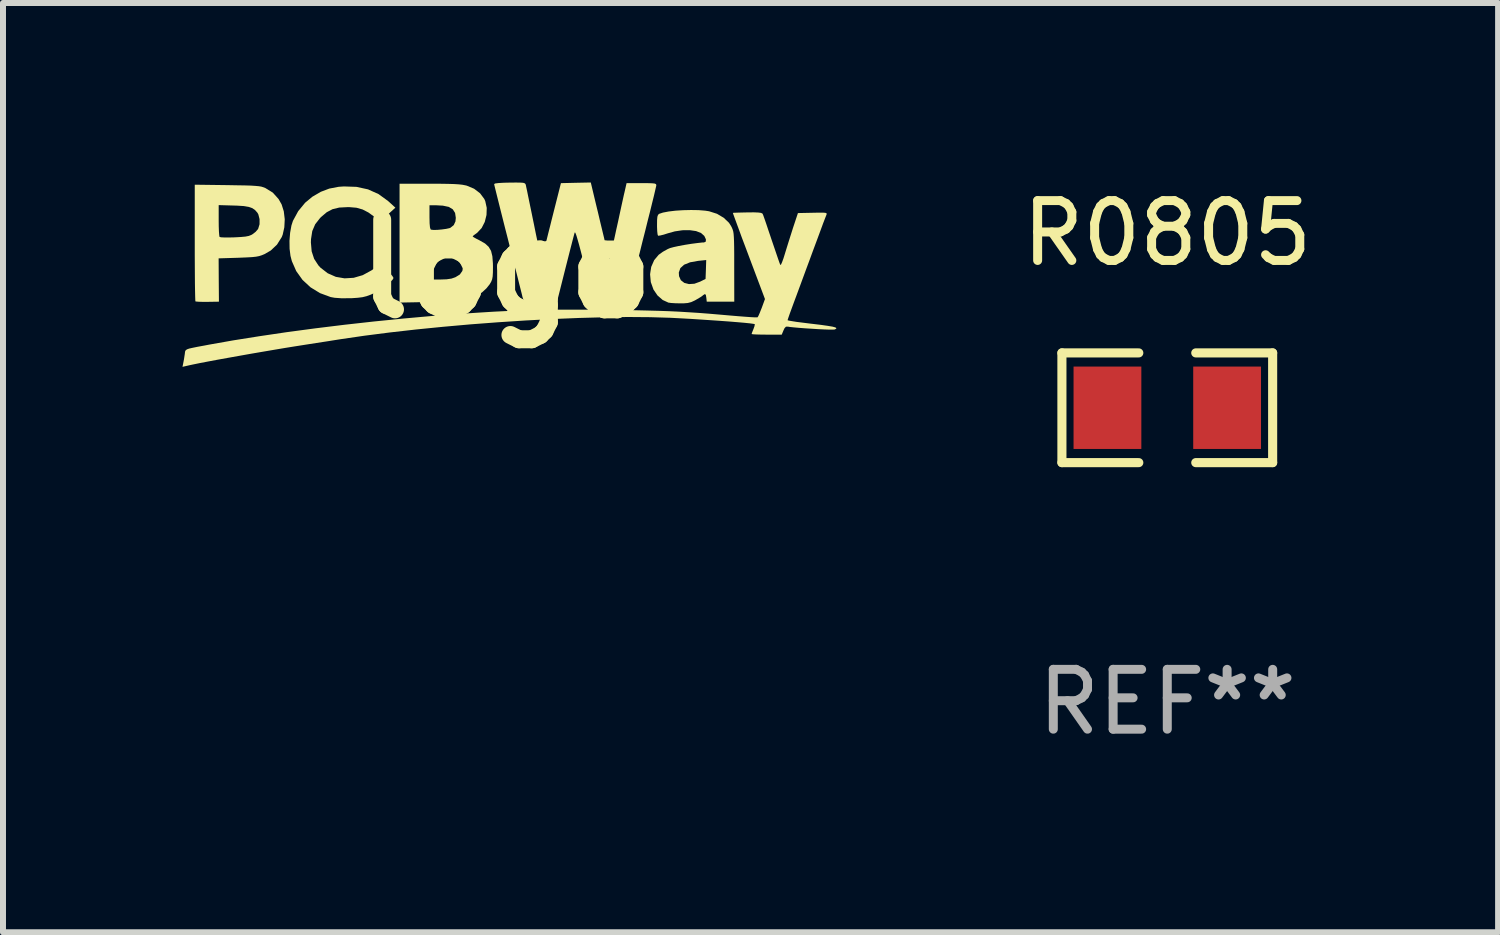
<source format=kicad_pcb>
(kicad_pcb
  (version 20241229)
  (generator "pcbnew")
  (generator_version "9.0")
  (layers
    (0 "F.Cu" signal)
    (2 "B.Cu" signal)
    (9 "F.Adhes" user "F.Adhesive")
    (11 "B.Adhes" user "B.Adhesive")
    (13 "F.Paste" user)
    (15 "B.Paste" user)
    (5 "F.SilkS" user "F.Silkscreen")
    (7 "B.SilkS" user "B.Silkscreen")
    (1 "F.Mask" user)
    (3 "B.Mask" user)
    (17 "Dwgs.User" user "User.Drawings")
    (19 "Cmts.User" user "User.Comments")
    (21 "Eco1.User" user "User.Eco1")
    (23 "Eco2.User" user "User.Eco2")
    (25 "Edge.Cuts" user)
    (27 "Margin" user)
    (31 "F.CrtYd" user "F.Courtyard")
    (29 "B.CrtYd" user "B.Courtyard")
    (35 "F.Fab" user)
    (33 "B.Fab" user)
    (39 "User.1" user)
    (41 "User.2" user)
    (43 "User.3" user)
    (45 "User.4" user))
  (footprint "logo"
    (layer "F.Cu")
    (at 5.409 1.442)
    (property "Reference" "logo" (at 0 0 0) (layer "F.SilkS") (effects (font (size 1.5 1.5) (thickness 0.3))))
    (attr board_only exclude_from_pos_files exclude_from_bom)
    (fp_poly (pts (xy -4.659 -1.398) (xy -4.495 -1.395) (xy -4.366 -1.393) (xy -4.266 -1.39) (xy -4.191 -1.385) (xy -4.135 -1.38) (xy -4.092 -1.373) (xy -4.059 -1.363) (xy -4.029 -1.352) (xy -4.022 -1.348) (xy -3.899 -1.272) (xy -3.803 -1.165) (xy -3.752 -1.075) (xy -3.716 -0.96) (xy -3.7 -0.828) (xy -3.707 -0.693) (xy -3.734 -0.571) (xy -3.75 -0.53) (xy -3.83 -0.403) (xy -3.934 -0.305) (xy -4.038 -0.245) (xy -4.084 -0.226) (xy -4.128 -0.212) (xy -4.179 -0.202) (xy -4.245 -0.195) (xy -4.333 -0.19) (xy -4.452 -0.185) (xy -4.477 -0.184) (xy -4.805 -0.174) (xy -4.803 0.188) (xy -4.8 0.55) (xy -4.991 0.553) (xy -5.075 0.553) (xy -5.142 0.551) (xy -5.184 0.547) (xy -5.193 0.545) (xy -5.195 0.523) (xy -5.197 0.465) (xy -5.199 0.375) (xy -5.201 0.257) (xy -5.202 0.115) (xy -5.203 -0.049) (xy -5.204 -0.228) (xy -5.204 -0.421) (xy -5.204 -0.436) (xy -5.204 -0.806) (xy -4.804 -0.806) (xy -4.803 -0.707) (xy -4.8 -0.624) (xy -4.795 -0.563) (xy -4.79 -0.533) (xy -4.789 -0.532) (xy -4.764 -0.526) (xy -4.708 -0.523) (xy -4.628 -0.523) (xy -4.541 -0.525) (xy -4.433 -0.531) (xy -4.356 -0.538) (xy -4.301 -0.549) (xy -4.26 -0.565) (xy -4.239 -0.577) (xy -4.187 -0.617) (xy -4.148 -0.662) (xy -4.144 -0.669) (xy -4.121 -0.744) (xy -4.121 -0.83) (xy -4.141 -0.908) (xy -4.157 -0.937) (xy -4.196 -0.981) (xy -4.242 -1.013) (xy -4.302 -1.034) (xy -4.384 -1.048) (xy -4.495 -1.055) (xy -4.559 -1.057) (xy -4.804 -1.064) (xy -4.804 -0.806) (xy -5.204 -0.806) (xy -5.204 -1.405)) (stroke (width 0) (type solid)) (fill yes) (layer "F.SilkS"))
    (fp_poly (pts (xy -2.501 -1.369) (xy -2.308 -1.327) (xy -2.132 -1.248) (xy -1.973 -1.132) (xy -1.957 -1.118) (xy -1.851 -1.021) (xy -1.972 -0.911) (xy -2.029 -0.86) (xy -2.074 -0.822) (xy -2.101 -0.802) (xy -2.104 -0.801) (xy -2.125 -0.812) (xy -2.166 -0.841) (xy -2.194 -0.863) (xy -2.302 -0.941) (xy -2.399 -0.991) (xy -2.501 -1.02) (xy -2.619 -1.03) (xy -2.652 -1.03) (xy -2.789 -1.023) (xy -2.901 -0.996) (xy -2.998 -0.945) (xy -3.093 -0.865) (xy -3.112 -0.845) (xy -3.191 -0.744) (xy -3.24 -0.63) (xy -3.261 -0.495) (xy -3.263 -0.44) (xy -3.25 -0.291) (xy -3.209 -0.166) (xy -3.138 -0.057) (xy -3.103 -0.019) (xy -2.982 0.075) (xy -2.846 0.135) (xy -2.7 0.16) (xy -2.548 0.151) (xy -2.397 0.107) (xy -2.252 0.028) (xy -2.221 0.007) (xy -2.098 -0.086) (xy -1.99 0.022) (xy -1.939 0.077) (xy -1.9 0.123) (xy -1.883 0.152) (xy -1.882 0.154) (xy -1.898 0.183) (xy -1.941 0.225) (xy -2.003 0.276) (xy -2.077 0.328) (xy -2.154 0.378) (xy -2.228 0.417) (xy -2.261 0.432) (xy -2.332 0.458) (xy -2.401 0.475) (xy -2.482 0.485) (xy -2.586 0.492) (xy -2.612 0.492) (xy -2.752 0.493) (xy -2.865 0.485) (xy -2.932 0.473) (xy -3.111 0.407) (xy -3.269 0.31) (xy -3.403 0.186) (xy -3.508 0.039) (xy -3.581 -0.127) (xy -3.604 -0.215) (xy -3.619 -0.334) (xy -3.621 -0.468) (xy -3.61 -0.603) (xy -3.588 -0.724) (xy -3.563 -0.801) (xy -3.475 -0.963) (xy -3.36 -1.103) (xy -3.24 -1.203) (xy -3.098 -1.286) (xy -2.956 -1.34) (xy -2.799 -1.37) (xy -2.711 -1.376)) (stroke (width 0) (type solid)) (fill yes) (layer "F.SilkS"))
    (fp_poly (pts (xy -1.11 -1.421) (xy -0.976 -1.419) (xy -0.872 -1.416) (xy -0.792 -1.411) (xy -0.729 -1.404) (xy -0.679 -1.394) (xy -0.658 -1.389) (xy -0.536 -1.338) (xy -0.436 -1.262) (xy -0.365 -1.167) (xy -0.349 -1.131) (xy -0.324 -1.018) (xy -0.328 -0.899) (xy -0.357 -0.783) (xy -0.409 -0.681) (xy -0.482 -0.603) (xy -0.499 -0.59) (xy -0.539 -0.562) (xy -0.559 -0.542) (xy -0.559 -0.54) (xy -0.542 -0.527) (xy -0.498 -0.502) (xy -0.437 -0.471) (xy -0.436 -0.47) (xy -0.352 -0.422) (xy -0.292 -0.367) (xy -0.252 -0.299) (xy -0.23 -0.209) (xy -0.221 -0.091) (xy -0.22 -0.031) (xy -0.221 0.064) (xy -0.225 0.129) (xy -0.234 0.177) (xy -0.25 0.217) (xy -0.276 0.261) (xy -0.277 0.262) (xy -0.331 0.329) (xy -0.402 0.394) (xy -0.437 0.418) (xy -0.495 0.454) (xy -0.549 0.482) (xy -0.605 0.504) (xy -0.669 0.521) (xy -0.745 0.533) (xy -0.841 0.542) (xy -0.96 0.548) (xy -1.109 0.552) (xy -1.256 0.555) (xy -1.781 0.565) (xy -1.781 -0.06) (xy -1.281 -0.06) (xy -1.281 0.18) (xy -1.106 0.18) (xy -0.995 0.176) (xy -0.913 0.164) (xy -0.847 0.141) (xy -0.847 0.141) (xy -0.773 0.095) (xy -0.731 0.035) (xy -0.716 -0.049) (xy -0.716 -0.076) (xy -0.729 -0.159) (xy -0.768 -0.221) (xy -0.836 -0.264) (xy -0.935 -0.29) (xy -1.068 -0.3) (xy -1.1 -0.3) (xy -1.281 -0.3) (xy -1.281 -0.06) (xy -1.781 -0.06) (xy -1.781 -0.428) (xy -1.781 -0.862) (xy -1.281 -0.862) (xy -1.279 -0.76) (xy -1.273 -0.694) (xy -1.263 -0.66) (xy -1.256 -0.654) (xy -1.215 -0.649) (xy -1.15 -0.65) (xy -1.074 -0.657) (xy -1.001 -0.667) (xy -0.947 -0.679) (xy -0.933 -0.684) (xy -0.876 -0.729) (xy -0.847 -0.791) (xy -0.841 -0.851) (xy -0.853 -0.933) (xy -0.891 -0.993) (xy -0.958 -1.034) (xy -1.058 -1.055) (xy -1.166 -1.061) (xy -1.281 -1.061) (xy -1.281 -0.862) (xy -1.781 -0.862) (xy -1.781 -1.421) (xy -1.277 -1.421)) (stroke (width 0) (type solid)) (fill yes) (layer "F.SilkS"))
    (fp_poly (pts (xy 3.217 -0.98) (xy 3.328 -0.971) (xy 3.392 -0.961) (xy 3.524 -0.919) (xy 3.637 -0.852) (xy 3.725 -0.768) (xy 3.761 -0.711) (xy 3.776 -0.681) (xy 3.787 -0.653) (xy 3.796 -0.622) (xy 3.802 -0.583) (xy 3.806 -0.53) (xy 3.809 -0.459) (xy 3.811 -0.365) (xy 3.812 -0.243) (xy 3.812 -0.087) (xy 3.812 -0.03) (xy 3.813 0.55) (xy 3.583 0.55) (xy 3.353 0.55) (xy 3.346 0.485) (xy 3.338 0.436) (xy 3.322 0.423) (xy 3.291 0.442) (xy 3.284 0.449) (xy 3.249 0.474) (xy 3.193 0.507) (xy 3.155 0.529) (xy 3.094 0.557) (xy 3.036 0.572) (xy 2.965 0.578) (xy 2.904 0.578) (xy 2.825 0.576) (xy 2.758 0.572) (xy 2.716 0.566) (xy 2.713 0.566) (xy 2.617 0.522) (xy 2.53 0.446) (xy 2.463 0.348) (xy 2.418 0.223) (xy 2.406 0.094) (xy 2.41 0.063) (xy 2.886 0.063) (xy 2.89 0.124) (xy 2.92 0.191) (xy 2.978 0.236) (xy 3.056 0.256) (xy 3.147 0.25) (xy 3.243 0.215) (xy 3.333 0.17) (xy 3.339 0.012) (xy 3.344 -0.146) (xy 3.208 -0.132) (xy 3.074 -0.108) (xy 2.975 -0.068) (xy 2.912 -0.011) (xy 2.886 0.063) (xy 2.41 0.063) (xy 2.425 -0.032) (xy 2.475 -0.145) (xy 2.55 -0.234) (xy 2.621 -0.285) (xy 2.702 -0.33) (xy 2.74 -0.346) (xy 2.799 -0.362) (xy 2.886 -0.381) (xy 2.989 -0.4) (xy 3.096 -0.417) (xy 3.196 -0.43) (xy 3.276 -0.439) (xy 3.308 -0.44) (xy 3.337 -0.454) (xy 3.339 -0.492) (xy 3.313 -0.547) (xy 3.311 -0.55) (xy 3.257 -0.598) (xy 3.174 -0.63) (xy 3.069 -0.645) (xy 2.948 -0.644) (xy 2.819 -0.625) (xy 2.704 -0.593) (xy 2.632 -0.57) (xy 2.574 -0.556) (xy 2.542 -0.552) (xy 2.539 -0.552) (xy 2.531 -0.576) (xy 2.525 -0.629) (xy 2.522 -0.703) (xy 2.522 -0.731) (xy 2.523 -0.816) (xy 2.528 -0.87) (xy 2.539 -0.901) (xy 2.556 -0.917) (xy 2.557 -0.918) (xy 2.621 -0.939) (xy 2.715 -0.957) (xy 2.831 -0.971) (xy 2.959 -0.979) (xy 3.091 -0.982)) (stroke (width 0) (type solid)) (fill yes) (layer "F.SilkS"))
    (fp_poly (pts (xy 1.5 -1.086) (xy 1.534 -0.946) (xy 1.57 -0.793) (xy 1.606 -0.644) (xy 1.638 -0.511) (xy 1.651 -0.454) (xy 1.676 -0.354) (xy 1.697 -0.269) (xy 1.714 -0.206) (xy 1.724 -0.172) (xy 1.726 -0.169) (xy 1.732 -0.185) (xy 1.746 -0.235) (xy 1.765 -0.315) (xy 1.789 -0.417) (xy 1.816 -0.539) (xy 1.839 -0.646) (xy 1.871 -0.789) (xy 1.901 -0.929) (xy 1.929 -1.058) (xy 1.953 -1.167) (xy 1.971 -1.249) (xy 1.979 -1.281) (xy 2.013 -1.431) (xy 2.262 -1.431) (xy 2.366 -1.431) (xy 2.436 -1.429) (xy 2.479 -1.425) (xy 2.501 -1.417) (xy 2.509 -1.405) (xy 2.51 -1.391) (xy 2.504 -1.366) (xy 2.49 -1.305) (xy 2.469 -1.215) (xy 2.44 -1.098) (xy 2.406 -0.959) (xy 2.366 -0.802) (xy 2.324 -0.632) (xy 2.278 -0.452) (xy 2.232 -0.266) (xy 2.184 -0.08) (xy 2.138 0.104) (xy 2.092 0.28) (xy 2.05 0.445) (xy 2.04 0.485) (xy 2.02 0.56) (xy 1.75 0.56) (xy 1.642 0.56) (xy 1.566 0.559) (xy 1.518 0.555) (xy 1.489 0.548) (xy 1.473 0.536) (xy 1.464 0.518) (xy 1.462 0.512) (xy 1.452 0.48) (xy 1.433 0.414) (xy 1.409 0.323) (xy 1.379 0.211) (xy 1.346 0.086) (xy 1.331 0.027) (xy 1.284 -0.153) (xy 1.247 -0.297) (xy 1.217 -0.409) (xy 1.193 -0.493) (xy 1.176 -0.551) (xy 1.163 -0.587) (xy 1.154 -0.605) (xy 1.148 -0.607) (xy 1.144 -0.6) (xy 1.137 -0.574) (xy 1.121 -0.514) (xy 1.098 -0.425) (xy 1.069 -0.313) (xy 1.036 -0.183) (xy 1 -0.041) (xy 0.992 -0.01) (xy 0.851 0.55) (xy 0.59 0.554) (xy 0.49 0.555) (xy 0.405 0.553) (xy 0.342 0.55) (xy 0.309 0.545) (xy 0.307 0.544) (xy 0.289 0.517) (xy 0.272 0.468) (xy 0.271 0.46) (xy 0.263 0.427) (xy 0.246 0.359) (xy 0.221 0.261) (xy 0.19 0.136) (xy 0.153 -0.01) (xy 0.112 -0.174) (xy 0.066 -0.351) (xy 0.028 -0.503) (xy -0.019 -0.686) (xy -0.062 -0.857) (xy -0.101 -1.012) (xy -0.135 -1.148) (xy -0.163 -1.26) (xy -0.184 -1.345) (xy -0.197 -1.399) (xy -0.2 -1.416) (xy -0.181 -1.426) (xy -0.124 -1.433) (xy -0.034 -1.438) (xy 0.059 -1.44) (xy 0.165 -1.441) (xy 0.238 -1.44) (xy 0.284 -1.437) (xy 0.31 -1.429) (xy 0.323 -1.417) (xy 0.329 -1.4) (xy 0.33 -1.397) (xy 0.336 -1.366) (xy 0.35 -1.302) (xy 0.369 -1.208) (xy 0.393 -1.092) (xy 0.421 -0.957) (xy 0.451 -0.81) (xy 0.461 -0.762) (xy 0.498 -0.579) (xy 0.529 -0.432) (xy 0.553 -0.319) (xy 0.572 -0.238) (xy 0.585 -0.186) (xy 0.595 -0.161) (xy 0.6 -0.159) (xy 0.601 -0.172) (xy 0.606 -0.195) (xy 0.62 -0.252) (xy 0.641 -0.339) (xy 0.669 -0.45) (xy 0.701 -0.58) (xy 0.738 -0.726) (xy 0.759 -0.811) (xy 0.916 -1.431) (xy 1.166 -1.437) (xy 1.415 -1.442)) (stroke (width 0) (type solid)) (fill yes) (layer "F.SilkS"))
    (fp_poly (pts (xy 4.215 -0.94) (xy 4.26 -0.934) (xy 4.283 -0.923) (xy 4.287 -0.918) (xy 4.298 -0.892) (xy 4.319 -0.833) (xy 4.348 -0.749) (xy 4.383 -0.644) (xy 4.423 -0.526) (xy 4.435 -0.49) (xy 4.476 -0.37) (xy 4.513 -0.261) (xy 4.544 -0.17) (xy 4.567 -0.104) (xy 4.581 -0.068) (xy 4.582 -0.064) (xy 4.594 -0.07) (xy 4.612 -0.11) (xy 4.636 -0.176) (xy 4.654 -0.234) (xy 4.685 -0.335) (xy 4.723 -0.457) (xy 4.763 -0.583) (xy 4.794 -0.681) (xy 4.877 -0.931) (xy 5.123 -0.936) (xy 5.225 -0.938) (xy 5.294 -0.938) (xy 5.335 -0.935) (xy 5.354 -0.928) (xy 5.358 -0.917) (xy 5.355 -0.906) (xy 5.333 -0.85) (xy 5.298 -0.759) (xy 5.252 -0.634) (xy 5.194 -0.477) (xy 5.125 -0.292) (xy 5.073 -0.15) (xy 5.019 -0.005) (xy 4.962 0.15) (xy 4.906 0.302) (xy 4.855 0.44) (xy 4.813 0.553) (xy 4.811 0.558) (xy 4.774 0.659) (xy 4.742 0.746) (xy 4.719 0.812) (xy 4.706 0.852) (xy 4.704 0.86) (xy 4.723 0.866) (xy 4.775 0.875) (xy 4.856 0.888) (xy 4.96 0.901) (xy 5.079 0.916) (xy 5.114 0.92) (xy 5.264 0.938) (xy 5.376 0.954) (xy 5.454 0.967) (xy 5.502 0.98) (xy 5.52 0.992) (xy 5.513 1.004) (xy 5.491 1.015) (xy 5.462 1.017) (xy 5.401 1.017) (xy 5.316 1.014) (xy 5.215 1.009) (xy 5.105 1.002) (xy 4.995 0.995) (xy 4.891 0.987) (xy 4.803 0.979) (xy 4.738 0.972) (xy 4.71 0.967) (xy 4.677 0.968) (xy 4.653 0.993) (xy 4.636 1.029) (xy 4.606 1.101) (xy 4.354 1.101) (xy 4.259 1.1) (xy 4.181 1.098) (xy 4.126 1.095) (xy 4.104 1.091) (xy 4.103 1.09) (xy 4.11 1.067) (xy 4.128 1.021) (xy 4.134 1.007) (xy 4.151 0.959) (xy 4.156 0.929) (xy 4.155 0.925) (xy 4.131 0.92) (xy 4.072 0.912) (xy 3.983 0.903) (xy 3.869 0.893) (xy 3.735 0.882) (xy 3.585 0.871) (xy 3.425 0.86) (xy 3.259 0.849) (xy 3.093 0.838) (xy 2.931 0.829) (xy 2.779 0.821) (xy 2.742 0.819) (xy 2.407 0.809) (xy 2.038 0.806) (xy 1.641 0.811) (xy 1.22 0.822) (xy 0.78 0.84) (xy 0.328 0.864) (xy -0.133 0.894) (xy -0.595 0.929) (xy -1.056 0.97) (xy -1.508 1.015) (xy -1.948 1.065) (xy -2.369 1.119) (xy -2.766 1.177) (xy -2.912 1.2) (xy -2.973 1.21) (xy -3.064 1.224) (xy -3.175 1.241) (xy -3.296 1.26) (xy -3.373 1.272) (xy -3.519 1.295) (xy -3.687 1.322) (xy -3.871 1.353) (xy -4.065 1.386) (xy -4.263 1.42) (xy -4.46 1.455) (xy -4.65 1.489) (xy -4.828 1.521) (xy -4.987 1.551) (xy -5.123 1.577) (xy -5.23 1.599) (xy -5.291 1.612) (xy -5.409 1.639) (xy -5.396 1.575) (xy -5.384 1.512) (xy -5.373 1.439) (xy -5.371 1.428) (xy -5.368 1.399) (xy -5.364 1.377) (xy -5.354 1.361) (xy -5.334 1.347) (xy -5.298 1.334) (xy -5.24 1.321) (xy -5.157 1.304) (xy -5.042 1.283) (xy -4.964 1.268) (xy -4.563 1.197) (xy -4.129 1.128) (xy -3.67 1.06) (xy -3.192 0.996) (xy -2.703 0.936) (xy -2.209 0.881) (xy -1.719 0.832) (xy -1.238 0.789) (xy -0.775 0.754) (xy -0.751 0.752) (xy -0.462 0.733) (xy -0.202 0.717) (xy 0.038 0.705) (xy 0.266 0.696) (xy 0.491 0.689) (xy 0.72 0.685) (xy 0.962 0.683) (xy 1.224 0.683) (xy 1.514 0.685) (xy 1.641 0.686) (xy 1.912 0.69) (xy 2.149 0.693) (xy 2.358 0.698) (xy 2.548 0.703) (xy 2.722 0.709) (xy 2.889 0.717) (xy 3.054 0.727) (xy 3.224 0.738) (xy 3.405 0.752) (xy 3.603 0.769) (xy 3.74 0.781) (xy 3.87 0.792) (xy 3.986 0.801) (xy 4.083 0.808) (xy 4.155 0.812) (xy 4.196 0.812) (xy 4.202 0.811) (xy 4.216 0.789) (xy 4.238 0.739) (xy 4.265 0.671) (xy 4.272 0.654) (xy 4.326 0.506) (xy 4.056 -0.212) (xy 3.996 -0.372) (xy 3.94 -0.52) (xy 3.892 -0.652) (xy 3.851 -0.763) (xy 3.819 -0.85) (xy 3.798 -0.908) (xy 3.79 -0.933) (xy 3.79 -0.934) (xy 3.81 -0.936) (xy 3.863 -0.938) (xy 3.939 -0.94) (xy 4.032 -0.942) (xy 4.033 -0.942) (xy 4.141 -0.943)) (stroke (width 0) (type solid)) (fill yes) (layer "F.SilkS")))
  (footprint "R0805"
    (layer "F.Cu")
    (at 16.459 3.765)
    (property "Reference" "R0805" (at 0 -2.917 0) (layer "F.SilkS") (effects (font (size 1 1) (thickness 0.15))))
    (attr smd)
    (fp_line (start -1.761 -0.917) (end -0.476 -0.917) (stroke (width 0.152) (type solid)) (layer "F.SilkS"))
    (fp_line (start -1.761 0.917) (end -1.761 -0.917) (stroke (width 0.152) (type solid)) (layer "F.SilkS"))
    (fp_line (start -0.476 0.917) (end -1.761 0.917) (stroke (width 0.152) (type solid)) (layer "F.SilkS"))
    (fp_line (start 0.476 0.917) (end 1.761 0.917) (stroke (width 0.152) (type solid)) (layer "F.SilkS"))
    (fp_line (start 1.761 -0.917) (end 0.476 -0.917) (stroke (width 0.152) (type solid)) (layer "F.SilkS"))
    (fp_line (start 1.761 0.917) (end 1.761 -0.917) (stroke (width 0.152) (type solid)) (layer "F.SilkS"))
    (fp_text user "REF**" (at 0 4.917 0) (layer "F.Fab") (effects (font (size 1 1) (thickness 0.15))))
    (pad "1" smd rect (at -1 0) (size 1.133 1.377) (layers "F.Cu" "F.Mask" "F.Paste"))
    (pad "2" smd rect (at 1 0) (size 1.133 1.377) (layers "F.Cu" "F.Mask" "F.Paste")))
  (gr_rect
    (start -3 -3)
    (end 21.988 12.531)
    (stroke (width 0.1) (type default))
    (fill no)
    (layer "Edge.Cuts")))
</source>
